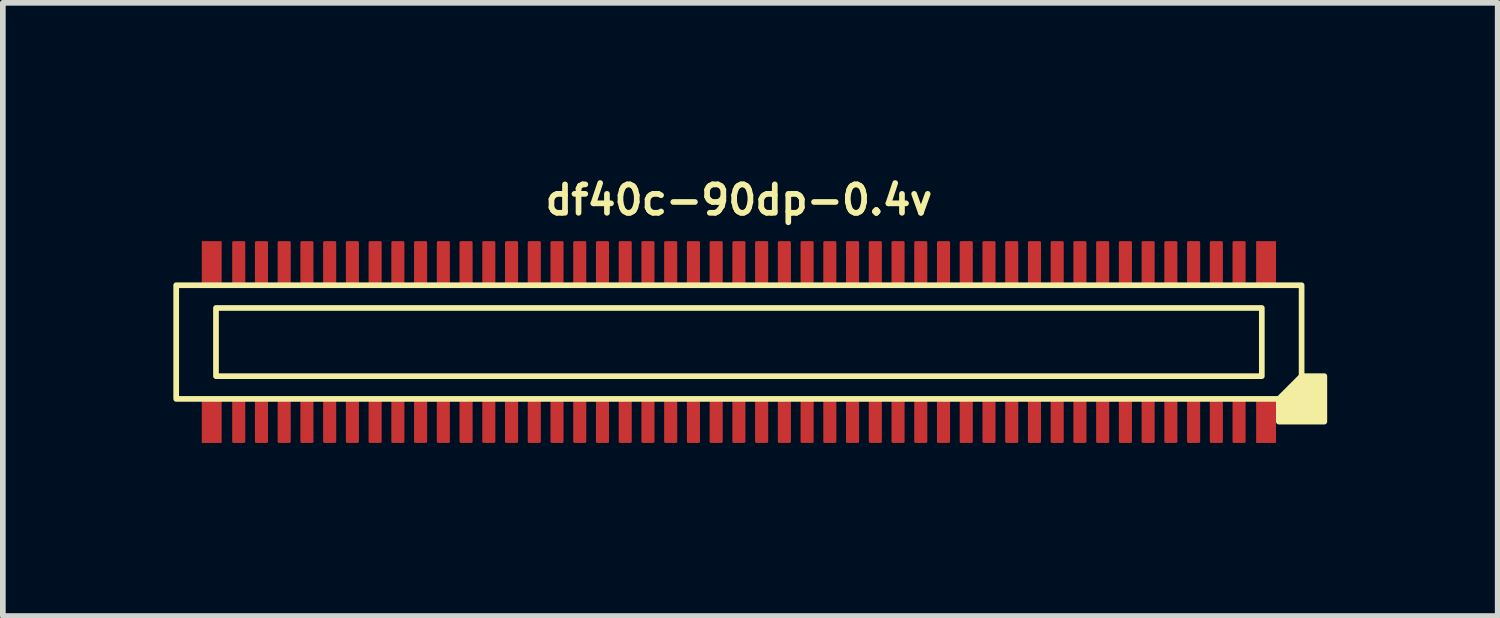
<source format=kicad_pcb>
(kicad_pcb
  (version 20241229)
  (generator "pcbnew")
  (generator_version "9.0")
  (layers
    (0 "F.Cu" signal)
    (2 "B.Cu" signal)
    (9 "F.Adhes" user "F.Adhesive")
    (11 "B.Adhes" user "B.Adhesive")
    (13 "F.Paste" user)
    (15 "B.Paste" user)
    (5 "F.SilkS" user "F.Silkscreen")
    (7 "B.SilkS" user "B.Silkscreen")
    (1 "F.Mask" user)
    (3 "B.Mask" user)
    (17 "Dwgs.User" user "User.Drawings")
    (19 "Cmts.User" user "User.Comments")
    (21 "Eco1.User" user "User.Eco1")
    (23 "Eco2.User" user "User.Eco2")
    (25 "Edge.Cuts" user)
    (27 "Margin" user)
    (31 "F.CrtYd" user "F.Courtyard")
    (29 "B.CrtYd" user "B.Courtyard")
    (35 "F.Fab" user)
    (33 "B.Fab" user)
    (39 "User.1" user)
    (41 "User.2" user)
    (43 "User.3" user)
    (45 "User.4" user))
  (footprint "df40c-90dp-0.4v"
    (layer "F.Cu")
    (at 9.95 2.968)
    (property "Reference" "df40c-90dp-0.4v" (at 0 -2.5 180) (layer "F.SilkS") (effects (font (size 0.5 0.5) (thickness 0.1))))
    (attr smd)
    (fp_rect (start -9.45 -1.775) (end -9.1 -1.025) (stroke (width 0) (type solid)) (fill yes) (layer "F.Cu"))
    (fp_rect (start -9.45 1.025) (end -9.1 1.775) (stroke (width 0) (type solid)) (fill yes) (layer "F.Cu"))
    (fp_rect (start 9.1 -1.775) (end 9.45 -1.025) (stroke (width 0) (type solid)) (fill yes) (layer "F.Cu"))
    (fp_rect (start 9.1 1.025) (end 9.45 1.775) (stroke (width 0) (type solid)) (fill yes) (layer "F.Cu"))
    (fp_rect (start -9.48 -1.805) (end -9.07 -0.995) (stroke (width 0) (type solid)) (fill yes) (layer "F.Mask"))
    (fp_rect (start -9.48 0.995) (end -9.07 1.805) (stroke (width 0) (type solid)) (fill yes) (layer "F.Mask"))
    (fp_rect (start 9.07 -0.995) (end 9.48 -1.805) (stroke (width 0.03) (type solid)) (fill yes) (layer "F.Mask"))
    (fp_rect (start 9.07 0.995) (end 9.48 1.805) (stroke (width 0.03) (type solid)) (fill yes) (layer "F.Mask"))
    (fp_rect (start 9.2 -0.6) (end -9.2 0.6) (stroke (width 0.1) (type default)) (fill no) (layer "F.SilkS"))
    (fp_rect (start 9.9 -1) (end -9.9 1) (stroke (width 0.1) (type default)) (fill no) (layer "F.SilkS"))
    (fp_poly (pts (xy 9.5 1) (xy 9.5 1.4) (xy 10.3 1.4) (xy 10.3 0.6) (xy 9.9 0.6)) (stroke (width 0.1) (type solid)) (fill yes) (layer "F.SilkS"))
    (fp_rect (start -9.45 -1.775) (end -9.1 -1.025) (stroke (width 0) (type solid)) (fill yes) (layer "F.Paste"))
    (fp_rect (start -9.1 1.025) (end -9.45 1.775) (stroke (width 0) (type solid)) (fill yes) (layer "F.Paste"))
    (fp_rect (start 9.1 -1.775) (end 9.45 -1.025) (stroke (width 0) (type solid)) (fill yes) (layer "F.Paste"))
    (fp_rect (start 9.1 1.025) (end 9.45 1.775) (stroke (width 0) (type solid)) (fill yes) (layer "F.Paste"))
    (pad "1" smd roundrect (at 8.8 1.4) (size 0.23 0.75) (layers "F.Cu" "F.Mask" "F.Paste") (roundrect_rratio 0.1))
    (pad "2" smd roundrect (at 8.8 -1.4) (size 0.23 0.75) (layers "F.Cu" "F.Mask" "F.Paste") (roundrect_rratio 0.1))
    (pad "3" smd roundrect (at 8.4 1.4) (size 0.23 0.75) (layers "F.Cu" "F.Mask" "F.Paste") (roundrect_rratio 0.1))
    (pad "4" smd roundrect (at 8.4 -1.4) (size 0.23 0.75) (layers "F.Cu" "F.Mask" "F.Paste") (roundrect_rratio 0.1))
    (pad "5" smd roundrect (at 8 1.4) (size 0.23 0.75) (layers "F.Cu" "F.Mask" "F.Paste") (roundrect_rratio 0.1))
    (pad "6" smd roundrect (at 8 -1.4) (size 0.23 0.75) (layers "F.Cu" "F.Mask" "F.Paste") (roundrect_rratio 0.1))
    (pad "7" smd roundrect (at 7.6 1.4) (size 0.23 0.75) (layers "F.Cu" "F.Mask" "F.Paste") (roundrect_rratio 0.1))
    (pad "8" smd roundrect (at 7.6 -1.4) (size 0.23 0.75) (layers "F.Cu" "F.Mask" "F.Paste") (roundrect_rratio 0.1))
    (pad "9" smd roundrect (at 7.2 1.4) (size 0.23 0.75) (layers "F.Cu" "F.Mask" "F.Paste") (roundrect_rratio 0.1))
    (pad "10" smd roundrect (at 7.2 -1.4) (size 0.23 0.75) (layers "F.Cu" "F.Mask" "F.Paste") (roundrect_rratio 0.1))
    (pad "11" smd roundrect (at 6.8 1.4) (size 0.23 0.75) (layers "F.Cu" "F.Mask" "F.Paste") (roundrect_rratio 0.1))
    (pad "12" smd roundrect (at 6.8 -1.4) (size 0.23 0.75) (layers "F.Cu" "F.Mask" "F.Paste") (roundrect_rratio 0.1))
    (pad "13" smd roundrect (at 6.4 1.4) (size 0.23 0.75) (layers "F.Cu" "F.Mask" "F.Paste") (roundrect_rratio 0.1))
    (pad "14" smd roundrect (at 6.4 -1.4) (size 0.23 0.75) (layers "F.Cu" "F.Mask" "F.Paste") (roundrect_rratio 0.1))
    (pad "15" smd roundrect (at 6 1.4) (size 0.23 0.75) (layers "F.Cu" "F.Mask" "F.Paste") (roundrect_rratio 0.1))
    (pad "16" smd roundrect (at 6 -1.4) (size 0.23 0.75) (layers "F.Cu" "F.Mask" "F.Paste") (roundrect_rratio 0.1))
    (pad "17" smd roundrect (at 5.6 1.4) (size 0.23 0.75) (layers "F.Cu" "F.Mask" "F.Paste") (roundrect_rratio 0.1))
    (pad "18" smd roundrect (at 5.6 -1.4) (size 0.23 0.75) (layers "F.Cu" "F.Mask" "F.Paste") (roundrect_rratio 0.1))
    (pad "19" smd roundrect (at 5.2 1.4) (size 0.23 0.75) (layers "F.Cu" "F.Mask" "F.Paste") (roundrect_rratio 0.1))
    (pad "20" smd roundrect (at 5.2 -1.4) (size 0.23 0.75) (layers "F.Cu" "F.Mask" "F.Paste") (roundrect_rratio 0.1))
    (pad "21" smd roundrect (at 4.8 1.4) (size 0.23 0.75) (layers "F.Cu" "F.Mask" "F.Paste") (roundrect_rratio 0.1))
    (pad "22" smd roundrect (at 4.8 -1.4) (size 0.23 0.75) (layers "F.Cu" "F.Mask" "F.Paste") (roundrect_rratio 0.1))
    (pad "23" smd roundrect (at 4.4 1.4) (size 0.23 0.75) (layers "F.Cu" "F.Mask" "F.Paste") (roundrect_rratio 0.1))
    (pad "24" smd roundrect (at 4.4 -1.4) (size 0.23 0.75) (layers "F.Cu" "F.Mask" "F.Paste") (roundrect_rratio 0.1))
    (pad "25" smd roundrect (at 4 1.4) (size 0.23 0.75) (layers "F.Cu" "F.Mask" "F.Paste") (roundrect_rratio 0.1))
    (pad "26" smd roundrect (at 4 -1.4) (size 0.23 0.75) (layers "F.Cu" "F.Mask" "F.Paste") (roundrect_rratio 0.1))
    (pad "27" smd roundrect (at 3.6 1.4) (size 0.23 0.75) (layers "F.Cu" "F.Mask" "F.Paste") (roundrect_rratio 0.1))
    (pad "28" smd roundrect (at 3.6 -1.4) (size 0.23 0.75) (layers "F.Cu" "F.Mask" "F.Paste") (roundrect_rratio 0.1))
    (pad "29" smd roundrect (at 3.2 1.4) (size 0.23 0.75) (layers "F.Cu" "F.Mask" "F.Paste") (roundrect_rratio 0.1))
    (pad "30" smd roundrect (at 3.2 -1.4) (size 0.23 0.75) (layers "F.Cu" "F.Mask" "F.Paste") (roundrect_rratio 0.1))
    (pad "31" smd roundrect (at 2.8 1.4) (size 0.23 0.75) (layers "F.Cu" "F.Mask" "F.Paste") (roundrect_rratio 0.1))
    (pad "32" smd roundrect (at 2.8 -1.4) (size 0.23 0.75) (layers "F.Cu" "F.Mask" "F.Paste") (roundrect_rratio 0.1))
    (pad "33" smd roundrect (at 2.4 1.4) (size 0.23 0.75) (layers "F.Cu" "F.Mask" "F.Paste") (roundrect_rratio 0.1))
    (pad "34" smd roundrect (at 2.4 -1.4) (size 0.23 0.75) (layers "F.Cu" "F.Mask" "F.Paste") (roundrect_rratio 0.1))
    (pad "35" smd roundrect (at 2 1.4) (size 0.23 0.75) (layers "F.Cu" "F.Mask" "F.Paste") (roundrect_rratio 0.1))
    (pad "36" smd roundrect (at 2 -1.4) (size 0.23 0.75) (layers "F.Cu" "F.Mask" "F.Paste") (roundrect_rratio 0.1))
    (pad "37" smd roundrect (at 1.6 1.4) (size 0.23 0.75) (layers "F.Cu" "F.Mask" "F.Paste") (roundrect_rratio 0.1))
    (pad "38" smd roundrect (at 1.6 -1.4) (size 0.23 0.75) (layers "F.Cu" "F.Mask" "F.Paste") (roundrect_rratio 0.1))
    (pad "39" smd roundrect (at 1.2 1.4) (size 0.23 0.75) (layers "F.Cu" "F.Mask" "F.Paste") (roundrect_rratio 0.1))
    (pad "40" smd roundrect (at 1.2 -1.4) (size 0.23 0.75) (layers "F.Cu" "F.Mask" "F.Paste") (roundrect_rratio 0.1))
    (pad "41" smd roundrect (at 0.8 1.4) (size 0.23 0.75) (layers "F.Cu" "F.Mask" "F.Paste") (roundrect_rratio 0.1))
    (pad "42" smd roundrect (at 0.8 -1.4) (size 0.23 0.75) (layers "F.Cu" "F.Mask" "F.Paste") (roundrect_rratio 0.1))
    (pad "43" smd roundrect (at 0.4 1.4) (size 0.23 0.75) (layers "F.Cu" "F.Mask" "F.Paste") (roundrect_rratio 0.1))
    (pad "44" smd roundrect (at 0.4 -1.4) (size 0.23 0.75) (layers "F.Cu" "F.Mask" "F.Paste") (roundrect_rratio 0.1))
    (pad "45" smd roundrect (at 0 1.4) (size 0.23 0.75) (layers "F.Cu" "F.Mask" "F.Paste") (roundrect_rratio 0.1))
    (pad "46" smd roundrect (at 0 -1.4) (size 0.23 0.75) (layers "F.Cu" "F.Mask" "F.Paste") (roundrect_rratio 0.1))
    (pad "47" smd roundrect (at -0.4 1.4) (size 0.23 0.75) (layers "F.Cu" "F.Mask" "F.Paste") (roundrect_rratio 0.1))
    (pad "48" smd roundrect (at -0.4 -1.4) (size 0.23 0.75) (layers "F.Cu" "F.Mask" "F.Paste") (roundrect_rratio 0.1))
    (pad "49" smd roundrect (at -0.8 1.4) (size 0.23 0.75) (layers "F.Cu" "F.Mask" "F.Paste") (roundrect_rratio 0.1))
    (pad "50" smd roundrect (at -0.8 -1.4) (size 0.23 0.75) (layers "F.Cu" "F.Mask" "F.Paste") (roundrect_rratio 0.1))
    (pad "51" smd roundrect (at -1.2 1.4) (size 0.23 0.75) (layers "F.Cu" "F.Mask" "F.Paste") (roundrect_rratio 0.1))
    (pad "52" smd roundrect (at -1.2 -1.4) (size 0.23 0.75) (layers "F.Cu" "F.Mask" "F.Paste") (roundrect_rratio 0.1))
    (pad "53" smd roundrect (at -1.6 1.4) (size 0.23 0.75) (layers "F.Cu" "F.Mask" "F.Paste") (roundrect_rratio 0.1))
    (pad "54" smd roundrect (at -1.6 -1.4) (size 0.23 0.75) (layers "F.Cu" "F.Mask" "F.Paste") (roundrect_rratio 0.1))
    (pad "55" smd roundrect (at -2 1.4) (size 0.23 0.75) (layers "F.Cu" "F.Mask" "F.Paste") (roundrect_rratio 0.1))
    (pad "56" smd roundrect (at -2 -1.4) (size 0.23 0.75) (layers "F.Cu" "F.Mask" "F.Paste") (roundrect_rratio 0.1))
    (pad "57" smd roundrect (at -2.4 1.4) (size 0.23 0.75) (layers "F.Cu" "F.Mask" "F.Paste") (roundrect_rratio 0.1))
    (pad "58" smd roundrect (at -2.4 -1.4) (size 0.23 0.75) (layers "F.Cu" "F.Mask" "F.Paste") (roundrect_rratio 0.1))
    (pad "59" smd roundrect (at -2.8 1.4) (size 0.23 0.75) (layers "F.Cu" "F.Mask" "F.Paste") (roundrect_rratio 0.1))
    (pad "60" smd roundrect (at -2.8 -1.4) (size 0.23 0.75) (layers "F.Cu" "F.Mask" "F.Paste") (roundrect_rratio 0.1))
    (pad "61" smd roundrect (at -3.2 1.4) (size 0.23 0.75) (layers "F.Cu" "F.Mask" "F.Paste") (roundrect_rratio 0.1))
    (pad "62" smd roundrect (at -3.2 -1.4) (size 0.23 0.75) (layers "F.Cu" "F.Mask" "F.Paste") (roundrect_rratio 0.1))
    (pad "63" smd roundrect (at -3.6 1.4) (size 0.23 0.75) (layers "F.Cu" "F.Mask" "F.Paste") (roundrect_rratio 0.1))
    (pad "64" smd roundrect (at -3.6 -1.4) (size 0.23 0.75) (layers "F.Cu" "F.Mask" "F.Paste") (roundrect_rratio 0.1))
    (pad "65" smd roundrect (at -4 1.4) (size 0.23 0.75) (layers "F.Cu" "F.Mask" "F.Paste") (roundrect_rratio 0.1))
    (pad "66" smd roundrect (at -4 -1.4) (size 0.23 0.75) (layers "F.Cu" "F.Mask" "F.Paste") (roundrect_rratio 0.1))
    (pad "67" smd roundrect (at -4.4 1.4) (size 0.23 0.75) (layers "F.Cu" "F.Mask" "F.Paste") (roundrect_rratio 0.1))
    (pad "68" smd roundrect (at -4.4 -1.4) (size 0.23 0.75) (layers "F.Cu" "F.Mask" "F.Paste") (roundrect_rratio 0.1))
    (pad "69" smd roundrect (at -4.8 1.4) (size 0.23 0.75) (layers "F.Cu" "F.Mask" "F.Paste") (roundrect_rratio 0.1))
    (pad "70" smd roundrect (at -4.8 -1.4) (size 0.23 0.75) (layers "F.Cu" "F.Mask" "F.Paste") (roundrect_rratio 0.1))
    (pad "71" smd roundrect (at -5.2 1.4) (size 0.23 0.75) (layers "F.Cu" "F.Mask" "F.Paste") (roundrect_rratio 0.1))
    (pad "72" smd roundrect (at -5.2 -1.4) (size 0.23 0.75) (layers "F.Cu" "F.Mask" "F.Paste") (roundrect_rratio 0.1))
    (pad "73" smd roundrect (at -5.6 1.4) (size 0.23 0.75) (layers "F.Cu" "F.Mask" "F.Paste") (roundrect_rratio 0.1))
    (pad "74" smd roundrect (at -5.6 -1.4) (size 0.23 0.75) (layers "F.Cu" "F.Mask" "F.Paste") (roundrect_rratio 0.1))
    (pad "75" smd roundrect (at -6 1.4) (size 0.23 0.75) (layers "F.Cu" "F.Mask" "F.Paste") (roundrect_rratio 0.1))
    (pad "76" smd roundrect (at -6 -1.4) (size 0.23 0.75) (layers "F.Cu" "F.Mask" "F.Paste") (roundrect_rratio 0.1))
    (pad "77" smd roundrect (at -6.4 1.4) (size 0.23 0.75) (layers "F.Cu" "F.Mask" "F.Paste") (roundrect_rratio 0.1))
    (pad "78" smd roundrect (at -6.4 -1.4) (size 0.23 0.75) (layers "F.Cu" "F.Mask" "F.Paste") (roundrect_rratio 0.1))
    (pad "79" smd roundrect (at -6.8 1.4) (size 0.23 0.75) (layers "F.Cu" "F.Mask" "F.Paste") (roundrect_rratio 0.1))
    (pad "80" smd roundrect (at -6.8 -1.4) (size 0.23 0.75) (layers "F.Cu" "F.Mask" "F.Paste") (roundrect_rratio 0.1))
    (pad "81" smd roundrect (at -7.2 1.4) (size 0.23 0.75) (layers "F.Cu" "F.Mask" "F.Paste") (roundrect_rratio 0.1))
    (pad "82" smd roundrect (at -7.2 -1.4) (size 0.23 0.75) (layers "F.Cu" "F.Mask" "F.Paste") (roundrect_rratio 0.1))
    (pad "83" smd roundrect (at -7.6 1.4) (size 0.23 0.75) (layers "F.Cu" "F.Mask" "F.Paste") (roundrect_rratio 0.1))
    (pad "84" smd roundrect (at -7.6 -1.4) (size 0.23 0.75) (layers "F.Cu" "F.Mask" "F.Paste") (roundrect_rratio 0.1))
    (pad "85" smd roundrect (at -8 1.4) (size 0.23 0.75) (layers "F.Cu" "F.Mask" "F.Paste") (roundrect_rratio 0.1))
    (pad "86" smd roundrect (at -8 -1.4) (size 0.23 0.75) (layers "F.Cu" "F.Mask" "F.Paste") (roundrect_rratio 0.1))
    (pad "87" smd roundrect (at -8.4 1.4) (size 0.23 0.75) (layers "F.Cu" "F.Mask" "F.Paste") (roundrect_rratio 0.1))
    (pad "88" smd roundrect (at -8.4 -1.4) (size 0.23 0.75) (layers "F.Cu" "F.Mask" "F.Paste") (roundrect_rratio 0.1))
    (pad "89" smd roundrect (at -8.8 1.4) (size 0.23 0.75) (layers "F.Cu" "F.Mask" "F.Paste") (roundrect_rratio 0.1))
    (pad "90" smd roundrect (at -8.8 -1.4) (size 0.23 0.75) (layers "F.Cu" "F.Mask" "F.Paste") (roundrect_rratio 0.1)))
  (gr_rect
    (start -3 -3)
    (end 23.3 7.788)
    (stroke (width 0.1) (type default))
    (fill no)
    (layer "Edge.Cuts")))
</source>
